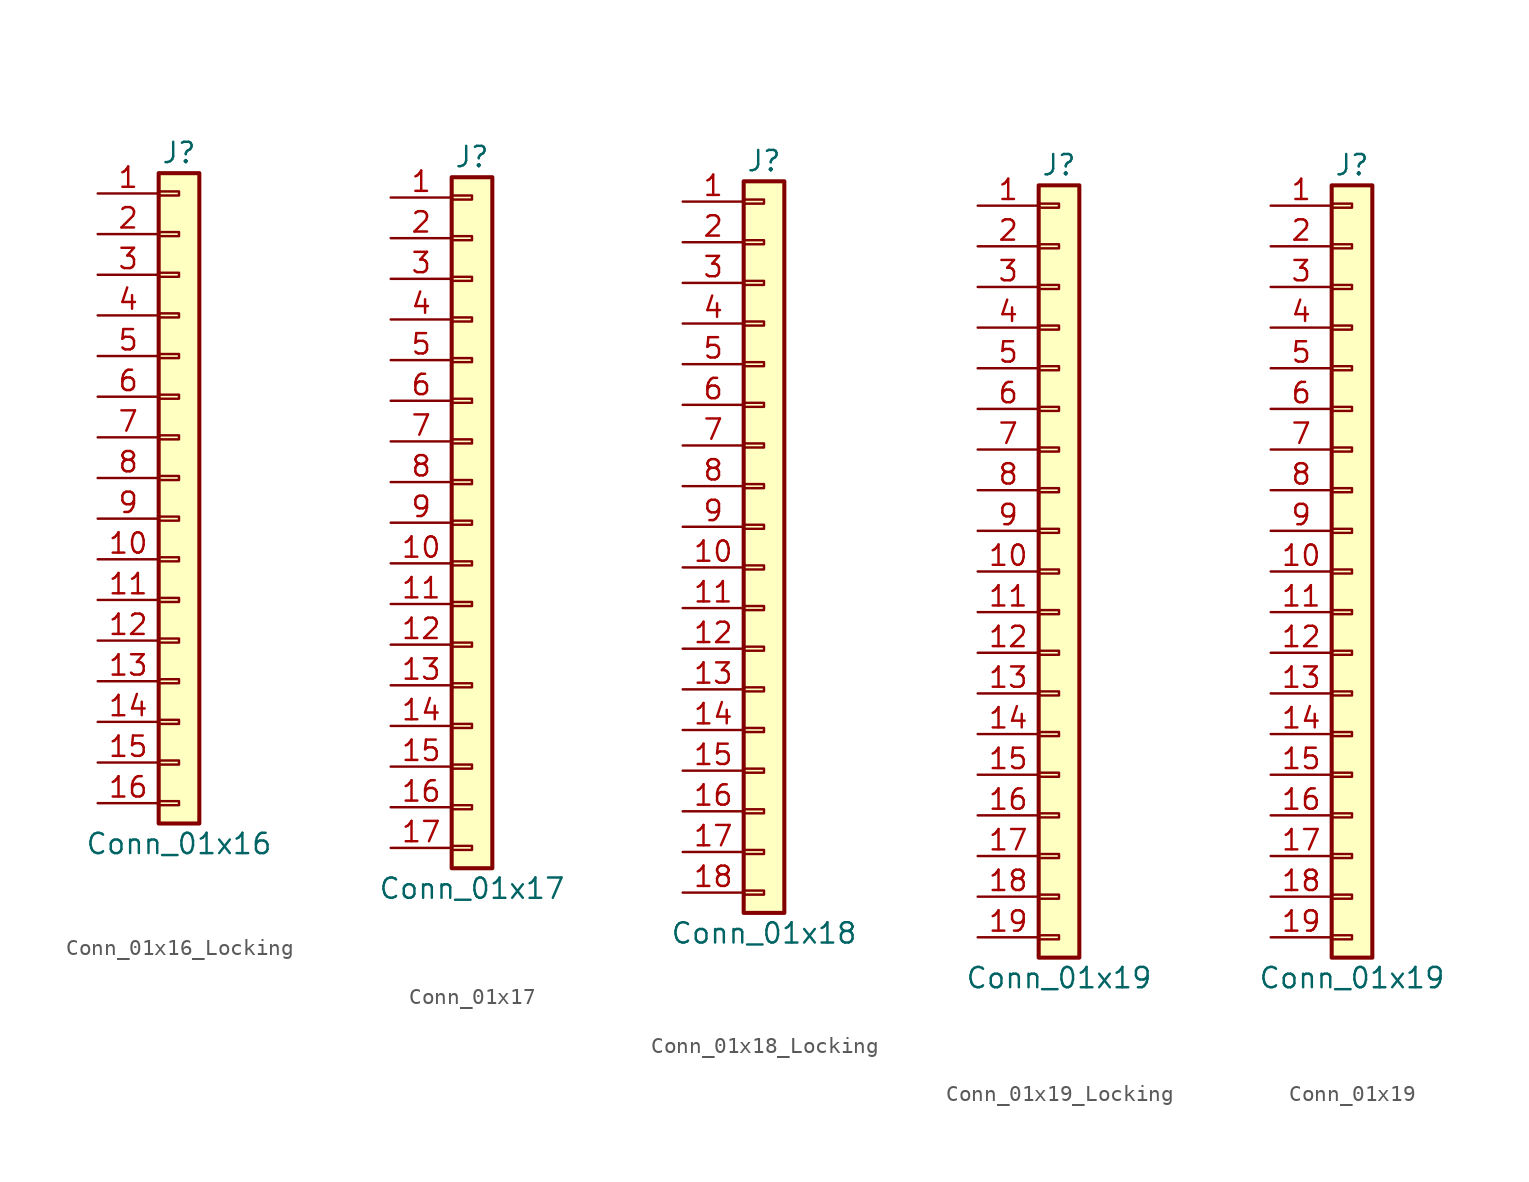
<source format=kicad_sym>
(kicad_symbol_lib
  (version 20231120)
  (generator "kicad_symbol_editor")
  (generator_version "8.0")
  (symbol "Conn_01x16_Locking"
    (pin_names
      (offset 1.016) hide)
    (property "Reference" "J"
      (at 0 20.32 0)
      (effects (font (size 1.27 1.27))))
    (property "Value" "Conn_01x16"
      (at 0 -22.86 0)
      (effects (font (size 1.27 1.27))))
    (symbol "Conn_01x16_Locking_1_1"
      (rectangle (start -1.27 -20.193) (end 0 -20.447) (stroke (width 0.152) (type default)) (fill (type none)))
      (rectangle (start -1.27 -17.653) (end 0 -17.907) (stroke (width 0.152) (type default)) (fill (type none)))
      (rectangle (start -1.27 -15.113) (end 0 -15.367) (stroke (width 0.152) (type default)) (fill (type none)))
      (rectangle (start -1.27 -12.573) (end 0 -12.827) (stroke (width 0.152) (type default)) (fill (type none)))
      (rectangle (start -1.27 -10.033) (end 0 -10.287) (stroke (width 0.152) (type default)) (fill (type none)))
      (rectangle (start -1.27 -7.493) (end 0 -7.747) (stroke (width 0.152) (type default)) (fill (type none)))
      (rectangle (start -1.27 -4.953) (end 0 -5.207) (stroke (width 0.152) (type default)) (fill (type none)))
      (rectangle (start -1.27 -2.413) (end 0 -2.667) (stroke (width 0.152) (type default)) (fill (type none)))
      (rectangle (start -1.27 0.127) (end 0 -0.127) (stroke (width 0.152) (type default)) (fill (type none)))
      (rectangle (start -1.27 2.667) (end 0 2.413) (stroke (width 0.152) (type default)) (fill (type none)))
      (rectangle (start -1.27 5.207) (end 0 4.953) (stroke (width 0.152) (type default)) (fill (type none)))
      (rectangle (start -1.27 7.747) (end 0 7.493) (stroke (width 0.152) (type default)) (fill (type none)))
      (rectangle (start -1.27 10.287) (end 0 10.033) (stroke (width 0.152) (type default)) (fill (type none)))
      (rectangle (start -1.27 12.827) (end 0 12.573) (stroke (width 0.152) (type default)) (fill (type none)))
      (rectangle (start -1.27 15.367) (end 0 15.113) (stroke (width 0.152) (type default)) (fill (type none)))
      (rectangle (start -1.27 17.907) (end 0 17.653) (stroke (width 0.152) (type default)) (fill (type none)))
      (rectangle (start -1.27 19.05) (end 1.27 -21.59) (stroke (width 0.254) (type default)) (fill (type background)))
      (pin passive line (at -5.08 17.78 0) (length 3.81) (name "Pin_1" (effects (font (size 1.27 1.27)))) (number "1" (effects (font (size 1.27 1.27)))))
      (pin passive line (at -5.08 -5.08 0) (length 3.81) (name "Pin_10" (effects (font (size 1.27 1.27)))) (number "10" (effects (font (size 1.27 1.27)))))
      (pin passive line (at -5.08 -7.62 0) (length 3.81) (name "Pin_11" (effects (font (size 1.27 1.27)))) (number "11" (effects (font (size 1.27 1.27)))))
      (pin passive line (at -5.08 -10.16 0) (length 3.81) (name "Pin_12" (effects (font (size 1.27 1.27)))) (number "12" (effects (font (size 1.27 1.27)))))
      (pin passive line (at -5.08 -12.7 0) (length 3.81) (name "Pin_13" (effects (font (size 1.27 1.27)))) (number "13" (effects (font (size 1.27 1.27)))))
      (pin passive line (at -5.08 -15.24 0) (length 3.81) (name "Pin_14" (effects (font (size 1.27 1.27)))) (number "14" (effects (font (size 1.27 1.27)))))
      (pin passive line (at -5.08 -17.78 0) (length 3.81) (name "Pin_15" (effects (font (size 1.27 1.27)))) (number "15" (effects (font (size 1.27 1.27)))))
      (pin passive line (at -5.08 -20.32 0) (length 3.81) (name "Pin_16" (effects (font (size 1.27 1.27)))) (number "16" (effects (font (size 1.27 1.27)))))
      (pin passive line (at -5.08 15.24 0) (length 3.81) (name "Pin_2" (effects (font (size 1.27 1.27)))) (number "2" (effects (font (size 1.27 1.27)))))
      (pin passive line (at -5.08 12.7 0) (length 3.81) (name "Pin_3" (effects (font (size 1.27 1.27)))) (number "3" (effects (font (size 1.27 1.27)))))
      (pin passive line (at -5.08 10.16 0) (length 3.81) (name "Pin_4" (effects (font (size 1.27 1.27)))) (number "4" (effects (font (size 1.27 1.27)))))
      (pin passive line (at -5.08 7.62 0) (length 3.81) (name "Pin_5" (effects (font (size 1.27 1.27)))) (number "5" (effects (font (size 1.27 1.27)))))
      (pin passive line (at -5.08 5.08 0) (length 3.81) (name "Pin_6" (effects (font (size 1.27 1.27)))) (number "6" (effects (font (size 1.27 1.27)))))
      (pin passive line (at -5.08 2.54 0) (length 3.81) (name "Pin_7" (effects (font (size 1.27 1.27)))) (number "7" (effects (font (size 1.27 1.27)))))
      (pin passive line (at -5.08 0 0) (length 3.81) (name "Pin_8" (effects (font (size 1.27 1.27)))) (number "8" (effects (font (size 1.27 1.27)))))
      (pin passive line (at -5.08 -2.54 0) (length 3.81) (name "Pin_9" (effects (font (size 1.27 1.27)))) (number "9" (effects (font (size 1.27 1.27)))))))
  (symbol "Conn_01x17"
    (pin_names
      (offset 1.016) hide)
    (property "Reference" "J"
      (at 0 22.86 0)
      (effects (font (size 1.27 1.27))))
    (property "Value" "Conn_01x17"
      (at 0 -22.86 0)
      (effects (font (size 1.27 1.27))))
    (symbol "Conn_01x17_1_1"
      (rectangle (start -1.27 -20.193) (end 0 -20.447) (stroke (width 0.152) (type default)) (fill (type none)))
      (rectangle (start -1.27 -17.653) (end 0 -17.907) (stroke (width 0.152) (type default)) (fill (type none)))
      (rectangle (start -1.27 -15.113) (end 0 -15.367) (stroke (width 0.152) (type default)) (fill (type none)))
      (rectangle (start -1.27 -12.573) (end 0 -12.827) (stroke (width 0.152) (type default)) (fill (type none)))
      (rectangle (start -1.27 -10.033) (end 0 -10.287) (stroke (width 0.152) (type default)) (fill (type none)))
      (rectangle (start -1.27 -7.493) (end 0 -7.747) (stroke (width 0.152) (type default)) (fill (type none)))
      (rectangle (start -1.27 -4.953) (end 0 -5.207) (stroke (width 0.152) (type default)) (fill (type none)))
      (rectangle (start -1.27 -2.413) (end 0 -2.667) (stroke (width 0.152) (type default)) (fill (type none)))
      (rectangle (start -1.27 0.127) (end 0 -0.127) (stroke (width 0.152) (type default)) (fill (type none)))
      (rectangle (start -1.27 2.667) (end 0 2.413) (stroke (width 0.152) (type default)) (fill (type none)))
      (rectangle (start -1.27 5.207) (end 0 4.953) (stroke (width 0.152) (type default)) (fill (type none)))
      (rectangle (start -1.27 7.747) (end 0 7.493) (stroke (width 0.152) (type default)) (fill (type none)))
      (rectangle (start -1.27 10.287) (end 0 10.033) (stroke (width 0.152) (type default)) (fill (type none)))
      (rectangle (start -1.27 12.827) (end 0 12.573) (stroke (width 0.152) (type default)) (fill (type none)))
      (rectangle (start -1.27 15.367) (end 0 15.113) (stroke (width 0.152) (type default)) (fill (type none)))
      (rectangle (start -1.27 17.907) (end 0 17.653) (stroke (width 0.152) (type default)) (fill (type none)))
      (rectangle (start -1.27 20.447) (end 0 20.193) (stroke (width 0.152) (type default)) (fill (type none)))
      (rectangle (start -1.27 21.59) (end 1.27 -21.59) (stroke (width 0.254) (type default)) (fill (type background)))
      (pin passive line (at -5.08 20.32 0) (length 3.81) (name "Pin_1" (effects (font (size 1.27 1.27)))) (number "1" (effects (font (size 1.27 1.27)))))
      (pin passive line (at -5.08 -2.54 0) (length 3.81) (name "Pin_10" (effects (font (size 1.27 1.27)))) (number "10" (effects (font (size 1.27 1.27)))))
      (pin passive line (at -5.08 -5.08 0) (length 3.81) (name "Pin_11" (effects (font (size 1.27 1.27)))) (number "11" (effects (font (size 1.27 1.27)))))
      (pin passive line (at -5.08 -7.62 0) (length 3.81) (name "Pin_12" (effects (font (size 1.27 1.27)))) (number "12" (effects (font (size 1.27 1.27)))))
      (pin passive line (at -5.08 -10.16 0) (length 3.81) (name "Pin_13" (effects (font (size 1.27 1.27)))) (number "13" (effects (font (size 1.27 1.27)))))
      (pin passive line (at -5.08 -12.7 0) (length 3.81) (name "Pin_14" (effects (font (size 1.27 1.27)))) (number "14" (effects (font (size 1.27 1.27)))))
      (pin passive line (at -5.08 -15.24 0) (length 3.81) (name "Pin_15" (effects (font (size 1.27 1.27)))) (number "15" (effects (font (size 1.27 1.27)))))
      (pin passive line (at -5.08 -17.78 0) (length 3.81) (name "Pin_16" (effects (font (size 1.27 1.27)))) (number "16" (effects (font (size 1.27 1.27)))))
      (pin passive line (at -5.08 -20.32 0) (length 3.81) (name "Pin_17" (effects (font (size 1.27 1.27)))) (number "17" (effects (font (size 1.27 1.27)))))
      (pin passive line (at -5.08 17.78 0) (length 3.81) (name "Pin_2" (effects (font (size 1.27 1.27)))) (number "2" (effects (font (size 1.27 1.27)))))
      (pin passive line (at -5.08 15.24 0) (length 3.81) (name "Pin_3" (effects (font (size 1.27 1.27)))) (number "3" (effects (font (size 1.27 1.27)))))
      (pin passive line (at -5.08 12.7 0) (length 3.81) (name "Pin_4" (effects (font (size 1.27 1.27)))) (number "4" (effects (font (size 1.27 1.27)))))
      (pin passive line (at -5.08 10.16 0) (length 3.81) (name "Pin_5" (effects (font (size 1.27 1.27)))) (number "5" (effects (font (size 1.27 1.27)))))
      (pin passive line (at -5.08 7.62 0) (length 3.81) (name "Pin_6" (effects (font (size 1.27 1.27)))) (number "6" (effects (font (size 1.27 1.27)))))
      (pin passive line (at -5.08 5.08 0) (length 3.81) (name "Pin_7" (effects (font (size 1.27 1.27)))) (number "7" (effects (font (size 1.27 1.27)))))
      (pin passive line (at -5.08 2.54 0) (length 3.81) (name "Pin_8" (effects (font (size 1.27 1.27)))) (number "8" (effects (font (size 1.27 1.27)))))
      (pin passive line (at -5.08 0 0) (length 3.81) (name "Pin_9" (effects (font (size 1.27 1.27)))) (number "9" (effects (font (size 1.27 1.27)))))))
  (symbol "Conn_01x18_Locking"
    (pin_names
      (offset 1.016) hide)
    (property "Reference" "J"
      (at 0 22.86 0)
      (effects (font (size 1.27 1.27))))
    (property "Value" "Conn_01x18"
      (at 0 -25.4 0)
      (effects (font (size 1.27 1.27))))
    (symbol "Conn_01x18_Locking_1_1"
      (rectangle (start -1.27 -22.733) (end 0 -22.987) (stroke (width 0.152) (type default)) (fill (type none)))
      (rectangle (start -1.27 -20.193) (end 0 -20.447) (stroke (width 0.152) (type default)) (fill (type none)))
      (rectangle (start -1.27 -17.653) (end 0 -17.907) (stroke (width 0.152) (type default)) (fill (type none)))
      (rectangle (start -1.27 -15.113) (end 0 -15.367) (stroke (width 0.152) (type default)) (fill (type none)))
      (rectangle (start -1.27 -12.573) (end 0 -12.827) (stroke (width 0.152) (type default)) (fill (type none)))
      (rectangle (start -1.27 -10.033) (end 0 -10.287) (stroke (width 0.152) (type default)) (fill (type none)))
      (rectangle (start -1.27 -7.493) (end 0 -7.747) (stroke (width 0.152) (type default)) (fill (type none)))
      (rectangle (start -1.27 -4.953) (end 0 -5.207) (stroke (width 0.152) (type default)) (fill (type none)))
      (rectangle (start -1.27 -2.413) (end 0 -2.667) (stroke (width 0.152) (type default)) (fill (type none)))
      (rectangle (start -1.27 0.127) (end 0 -0.127) (stroke (width 0.152) (type default)) (fill (type none)))
      (rectangle (start -1.27 2.667) (end 0 2.413) (stroke (width 0.152) (type default)) (fill (type none)))
      (rectangle (start -1.27 5.207) (end 0 4.953) (stroke (width 0.152) (type default)) (fill (type none)))
      (rectangle (start -1.27 7.747) (end 0 7.493) (stroke (width 0.152) (type default)) (fill (type none)))
      (rectangle (start -1.27 10.287) (end 0 10.033) (stroke (width 0.152) (type default)) (fill (type none)))
      (rectangle (start -1.27 12.827) (end 0 12.573) (stroke (width 0.152) (type default)) (fill (type none)))
      (rectangle (start -1.27 15.367) (end 0 15.113) (stroke (width 0.152) (type default)) (fill (type none)))
      (rectangle (start -1.27 17.907) (end 0 17.653) (stroke (width 0.152) (type default)) (fill (type none)))
      (rectangle (start -1.27 20.447) (end 0 20.193) (stroke (width 0.152) (type default)) (fill (type none)))
      (rectangle (start -1.27 21.59) (end 1.27 -24.13) (stroke (width 0.254) (type default)) (fill (type background)))
      (pin passive line (at -5.08 20.32 0) (length 3.81) (name "Pin_1" (effects (font (size 1.27 1.27)))) (number "1" (effects (font (size 1.27 1.27)))))
      (pin passive line (at -5.08 -2.54 0) (length 3.81) (name "Pin_10" (effects (font (size 1.27 1.27)))) (number "10" (effects (font (size 1.27 1.27)))))
      (pin passive line (at -5.08 -5.08 0) (length 3.81) (name "Pin_11" (effects (font (size 1.27 1.27)))) (number "11" (effects (font (size 1.27 1.27)))))
      (pin passive line (at -5.08 -7.62 0) (length 3.81) (name "Pin_12" (effects (font (size 1.27 1.27)))) (number "12" (effects (font (size 1.27 1.27)))))
      (pin passive line (at -5.08 -10.16 0) (length 3.81) (name "Pin_13" (effects (font (size 1.27 1.27)))) (number "13" (effects (font (size 1.27 1.27)))))
      (pin passive line (at -5.08 -12.7 0) (length 3.81) (name "Pin_14" (effects (font (size 1.27 1.27)))) (number "14" (effects (font (size 1.27 1.27)))))
      (pin passive line (at -5.08 -15.24 0) (length 3.81) (name "Pin_15" (effects (font (size 1.27 1.27)))) (number "15" (effects (font (size 1.27 1.27)))))
      (pin passive line (at -5.08 -17.78 0) (length 3.81) (name "Pin_16" (effects (font (size 1.27 1.27)))) (number "16" (effects (font (size 1.27 1.27)))))
      (pin passive line (at -5.08 -20.32 0) (length 3.81) (name "Pin_17" (effects (font (size 1.27 1.27)))) (number "17" (effects (font (size 1.27 1.27)))))
      (pin passive line (at -5.08 -22.86 0) (length 3.81) (name "Pin_18" (effects (font (size 1.27 1.27)))) (number "18" (effects (font (size 1.27 1.27)))))
      (pin passive line (at -5.08 17.78 0) (length 3.81) (name "Pin_2" (effects (font (size 1.27 1.27)))) (number "2" (effects (font (size 1.27 1.27)))))
      (pin passive line (at -5.08 15.24 0) (length 3.81) (name "Pin_3" (effects (font (size 1.27 1.27)))) (number "3" (effects (font (size 1.27 1.27)))))
      (pin passive line (at -5.08 12.7 0) (length 3.81) (name "Pin_4" (effects (font (size 1.27 1.27)))) (number "4" (effects (font (size 1.27 1.27)))))
      (pin passive line (at -5.08 10.16 0) (length 3.81) (name "Pin_5" (effects (font (size 1.27 1.27)))) (number "5" (effects (font (size 1.27 1.27)))))
      (pin passive line (at -5.08 7.62 0) (length 3.81) (name "Pin_6" (effects (font (size 1.27 1.27)))) (number "6" (effects (font (size 1.27 1.27)))))
      (pin passive line (at -5.08 5.08 0) (length 3.81) (name "Pin_7" (effects (font (size 1.27 1.27)))) (number "7" (effects (font (size 1.27 1.27)))))
      (pin passive line (at -5.08 2.54 0) (length 3.81) (name "Pin_8" (effects (font (size 1.27 1.27)))) (number "8" (effects (font (size 1.27 1.27)))))
      (pin passive line (at -5.08 0 0) (length 3.81) (name "Pin_9" (effects (font (size 1.27 1.27)))) (number "9" (effects (font (size 1.27 1.27)))))))
  (symbol "Conn_01x19_Locking"
    (pin_names
      (offset 1.016) hide)
    (property "Reference" "J"
      (at 0 25.4 0)
      (effects (font (size 1.27 1.27))))
    (property "Value" "Conn_01x19"
      (at 0 -25.4 0)
      (effects (font (size 1.27 1.27))))
    (symbol "Conn_01x19_Locking_1_1"
      (rectangle (start -1.27 -22.733) (end 0 -22.987) (stroke (width 0.152) (type default)) (fill (type none)))
      (rectangle (start -1.27 -20.193) (end 0 -20.447) (stroke (width 0.152) (type default)) (fill (type none)))
      (rectangle (start -1.27 -17.653) (end 0 -17.907) (stroke (width 0.152) (type default)) (fill (type none)))
      (rectangle (start -1.27 -15.113) (end 0 -15.367) (stroke (width 0.152) (type default)) (fill (type none)))
      (rectangle (start -1.27 -12.573) (end 0 -12.827) (stroke (width 0.152) (type default)) (fill (type none)))
      (rectangle (start -1.27 -10.033) (end 0 -10.287) (stroke (width 0.152) (type default)) (fill (type none)))
      (rectangle (start -1.27 -7.493) (end 0 -7.747) (stroke (width 0.152) (type default)) (fill (type none)))
      (rectangle (start -1.27 -4.953) (end 0 -5.207) (stroke (width 0.152) (type default)) (fill (type none)))
      (rectangle (start -1.27 -2.413) (end 0 -2.667) (stroke (width 0.152) (type default)) (fill (type none)))
      (rectangle (start -1.27 0.127) (end 0 -0.127) (stroke (width 0.152) (type default)) (fill (type none)))
      (rectangle (start -1.27 2.667) (end 0 2.413) (stroke (width 0.152) (type default)) (fill (type none)))
      (rectangle (start -1.27 5.207) (end 0 4.953) (stroke (width 0.152) (type default)) (fill (type none)))
      (rectangle (start -1.27 7.747) (end 0 7.493) (stroke (width 0.152) (type default)) (fill (type none)))
      (rectangle (start -1.27 10.287) (end 0 10.033) (stroke (width 0.152) (type default)) (fill (type none)))
      (rectangle (start -1.27 12.827) (end 0 12.573) (stroke (width 0.152) (type default)) (fill (type none)))
      (rectangle (start -1.27 15.367) (end 0 15.113) (stroke (width 0.152) (type default)) (fill (type none)))
      (rectangle (start -1.27 17.907) (end 0 17.653) (stroke (width 0.152) (type default)) (fill (type none)))
      (rectangle (start -1.27 20.447) (end 0 20.193) (stroke (width 0.152) (type default)) (fill (type none)))
      (rectangle (start -1.27 22.987) (end 0 22.733) (stroke (width 0.152) (type default)) (fill (type none)))
      (rectangle (start -1.27 24.13) (end 1.27 -24.13) (stroke (width 0.254) (type default)) (fill (type background)))
      (pin passive line (at -5.08 22.86 0) (length 3.81) (name "Pin_1" (effects (font (size 1.27 1.27)))) (number "1" (effects (font (size 1.27 1.27)))))
      (pin passive line (at -5.08 0 0) (length 3.81) (name "Pin_10" (effects (font (size 1.27 1.27)))) (number "10" (effects (font (size 1.27 1.27)))))
      (pin passive line (at -5.08 -2.54 0) (length 3.81) (name "Pin_11" (effects (font (size 1.27 1.27)))) (number "11" (effects (font (size 1.27 1.27)))))
      (pin passive line (at -5.08 -5.08 0) (length 3.81) (name "Pin_12" (effects (font (size 1.27 1.27)))) (number "12" (effects (font (size 1.27 1.27)))))
      (pin passive line (at -5.08 -7.62 0) (length 3.81) (name "Pin_13" (effects (font (size 1.27 1.27)))) (number "13" (effects (font (size 1.27 1.27)))))
      (pin passive line (at -5.08 -10.16 0) (length 3.81) (name "Pin_14" (effects (font (size 1.27 1.27)))) (number "14" (effects (font (size 1.27 1.27)))))
      (pin passive line (at -5.08 -12.7 0) (length 3.81) (name "Pin_15" (effects (font (size 1.27 1.27)))) (number "15" (effects (font (size 1.27 1.27)))))
      (pin passive line (at -5.08 -15.24 0) (length 3.81) (name "Pin_16" (effects (font (size 1.27 1.27)))) (number "16" (effects (font (size 1.27 1.27)))))
      (pin passive line (at -5.08 -17.78 0) (length 3.81) (name "Pin_17" (effects (font (size 1.27 1.27)))) (number "17" (effects (font (size 1.27 1.27)))))
      (pin passive line (at -5.08 -20.32 0) (length 3.81) (name "Pin_18" (effects (font (size 1.27 1.27)))) (number "18" (effects (font (size 1.27 1.27)))))
      (pin passive line (at -5.08 -22.86 0) (length 3.81) (name "Pin_19" (effects (font (size 1.27 1.27)))) (number "19" (effects (font (size 1.27 1.27)))))
      (pin passive line (at -5.08 20.32 0) (length 3.81) (name "Pin_2" (effects (font (size 1.27 1.27)))) (number "2" (effects (font (size 1.27 1.27)))))
      (pin passive line (at -5.08 17.78 0) (length 3.81) (name "Pin_3" (effects (font (size 1.27 1.27)))) (number "3" (effects (font (size 1.27 1.27)))))
      (pin passive line (at -5.08 15.24 0) (length 3.81) (name "Pin_4" (effects (font (size 1.27 1.27)))) (number "4" (effects (font (size 1.27 1.27)))))
      (pin passive line (at -5.08 12.7 0) (length 3.81) (name "Pin_5" (effects (font (size 1.27 1.27)))) (number "5" (effects (font (size 1.27 1.27)))))
      (pin passive line (at -5.08 10.16 0) (length 3.81) (name "Pin_6" (effects (font (size 1.27 1.27)))) (number "6" (effects (font (size 1.27 1.27)))))
      (pin passive line (at -5.08 7.62 0) (length 3.81) (name "Pin_7" (effects (font (size 1.27 1.27)))) (number "7" (effects (font (size 1.27 1.27)))))
      (pin passive line (at -5.08 5.08 0) (length 3.81) (name "Pin_8" (effects (font (size 1.27 1.27)))) (number "8" (effects (font (size 1.27 1.27)))))
      (pin passive line (at -5.08 2.54 0) (length 3.81) (name "Pin_9" (effects (font (size 1.27 1.27)))) (number "9" (effects (font (size 1.27 1.27)))))))
  (symbol "Conn_01x19"
    (pin_names
      (offset 1.016) hide)
    (property "Reference" "J"
      (at 0 25.4 0)
      (effects (font (size 1.27 1.27))))
    (property "Value" "Conn_01x19"
      (at 0 -25.4 0)
      (effects (font (size 1.27 1.27))))
    (symbol "Conn_01x19_1_1"
      (rectangle (start -1.27 -22.733) (end 0 -22.987) (stroke (width 0.152) (type default)) (fill (type none)))
      (rectangle (start -1.27 -20.193) (end 0 -20.447) (stroke (width 0.152) (type default)) (fill (type none)))
      (rectangle (start -1.27 -17.653) (end 0 -17.907) (stroke (width 0.152) (type default)) (fill (type none)))
      (rectangle (start -1.27 -15.113) (end 0 -15.367) (stroke (width 0.152) (type default)) (fill (type none)))
      (rectangle (start -1.27 -12.573) (end 0 -12.827) (stroke (width 0.152) (type default)) (fill (type none)))
      (rectangle (start -1.27 -10.033) (end 0 -10.287) (stroke (width 0.152) (type default)) (fill (type none)))
      (rectangle (start -1.27 -7.493) (end 0 -7.747) (stroke (width 0.152) (type default)) (fill (type none)))
      (rectangle (start -1.27 -4.953) (end 0 -5.207) (stroke (width 0.152) (type default)) (fill (type none)))
      (rectangle (start -1.27 -2.413) (end 0 -2.667) (stroke (width 0.152) (type default)) (fill (type none)))
      (rectangle (start -1.27 0.127) (end 0 -0.127) (stroke (width 0.152) (type default)) (fill (type none)))
      (rectangle (start -1.27 2.667) (end 0 2.413) (stroke (width 0.152) (type default)) (fill (type none)))
      (rectangle (start -1.27 5.207) (end 0 4.953) (stroke (width 0.152) (type default)) (fill (type none)))
      (rectangle (start -1.27 7.747) (end 0 7.493) (stroke (width 0.152) (type default)) (fill (type none)))
      (rectangle (start -1.27 10.287) (end 0 10.033) (stroke (width 0.152) (type default)) (fill (type none)))
      (rectangle (start -1.27 12.827) (end 0 12.573) (stroke (width 0.152) (type default)) (fill (type none)))
      (rectangle (start -1.27 15.367) (end 0 15.113) (stroke (width 0.152) (type default)) (fill (type none)))
      (rectangle (start -1.27 17.907) (end 0 17.653) (stroke (width 0.152) (type default)) (fill (type none)))
      (rectangle (start -1.27 20.447) (end 0 20.193) (stroke (width 0.152) (type default)) (fill (type none)))
      (rectangle (start -1.27 22.987) (end 0 22.733) (stroke (width 0.152) (type default)) (fill (type none)))
      (rectangle (start -1.27 24.13) (end 1.27 -24.13) (stroke (width 0.254) (type default)) (fill (type background)))
      (pin passive line (at -5.08 22.86 0) (length 3.81) (name "Pin_1" (effects (font (size 1.27 1.27)))) (number "1" (effects (font (size 1.27 1.27)))))
      (pin passive line (at -5.08 0 0) (length 3.81) (name "Pin_10" (effects (font (size 1.27 1.27)))) (number "10" (effects (font (size 1.27 1.27)))))
      (pin passive line (at -5.08 -2.54 0) (length 3.81) (name "Pin_11" (effects (font (size 1.27 1.27)))) (number "11" (effects (font (size 1.27 1.27)))))
      (pin passive line (at -5.08 -5.08 0) (length 3.81) (name "Pin_12" (effects (font (size 1.27 1.27)))) (number "12" (effects (font (size 1.27 1.27)))))
      (pin passive line (at -5.08 -7.62 0) (length 3.81) (name "Pin_13" (effects (font (size 1.27 1.27)))) (number "13" (effects (font (size 1.27 1.27)))))
      (pin passive line (at -5.08 -10.16 0) (length 3.81) (name "Pin_14" (effects (font (size 1.27 1.27)))) (number "14" (effects (font (size 1.27 1.27)))))
      (pin passive line (at -5.08 -12.7 0) (length 3.81) (name "Pin_15" (effects (font (size 1.27 1.27)))) (number "15" (effects (font (size 1.27 1.27)))))
      (pin passive line (at -5.08 -15.24 0) (length 3.81) (name "Pin_16" (effects (font (size 1.27 1.27)))) (number "16" (effects (font (size 1.27 1.27)))))
      (pin passive line (at -5.08 -17.78 0) (length 3.81) (name "Pin_17" (effects (font (size 1.27 1.27)))) (number "17" (effects (font (size 1.27 1.27)))))
      (pin passive line (at -5.08 -20.32 0) (length 3.81) (name "Pin_18" (effects (font (size 1.27 1.27)))) (number "18" (effects (font (size 1.27 1.27)))))
      (pin passive line (at -5.08 -22.86 0) (length 3.81) (name "Pin_19" (effects (font (size 1.27 1.27)))) (number "19" (effects (font (size 1.27 1.27)))))
      (pin passive line (at -5.08 20.32 0) (length 3.81) (name "Pin_2" (effects (font (size 1.27 1.27)))) (number "2" (effects (font (size 1.27 1.27)))))
      (pin passive line (at -5.08 17.78 0) (length 3.81) (name "Pin_3" (effects (font (size 1.27 1.27)))) (number "3" (effects (font (size 1.27 1.27)))))
      (pin passive line (at -5.08 15.24 0) (length 3.81) (name "Pin_4" (effects (font (size 1.27 1.27)))) (number "4" (effects (font (size 1.27 1.27)))))
      (pin passive line (at -5.08 12.7 0) (length 3.81) (name "Pin_5" (effects (font (size 1.27 1.27)))) (number "5" (effects (font (size 1.27 1.27)))))
      (pin passive line (at -5.08 10.16 0) (length 3.81) (name "Pin_6" (effects (font (size 1.27 1.27)))) (number "6" (effects (font (size 1.27 1.27)))))
      (pin passive line (at -5.08 7.62 0) (length 3.81) (name "Pin_7" (effects (font (size 1.27 1.27)))) (number "7" (effects (font (size 1.27 1.27)))))
      (pin passive line (at -5.08 5.08 0) (length 3.81) (name "Pin_8" (effects (font (size 1.27 1.27)))) (number "8" (effects (font (size 1.27 1.27)))))
      (pin passive line (at -5.08 2.54 0) (length 3.81) (name "Pin_9" (effects (font (size 1.27 1.27)))) (number "9" (effects (font (size 1.27 1.27))))))))
</source>
